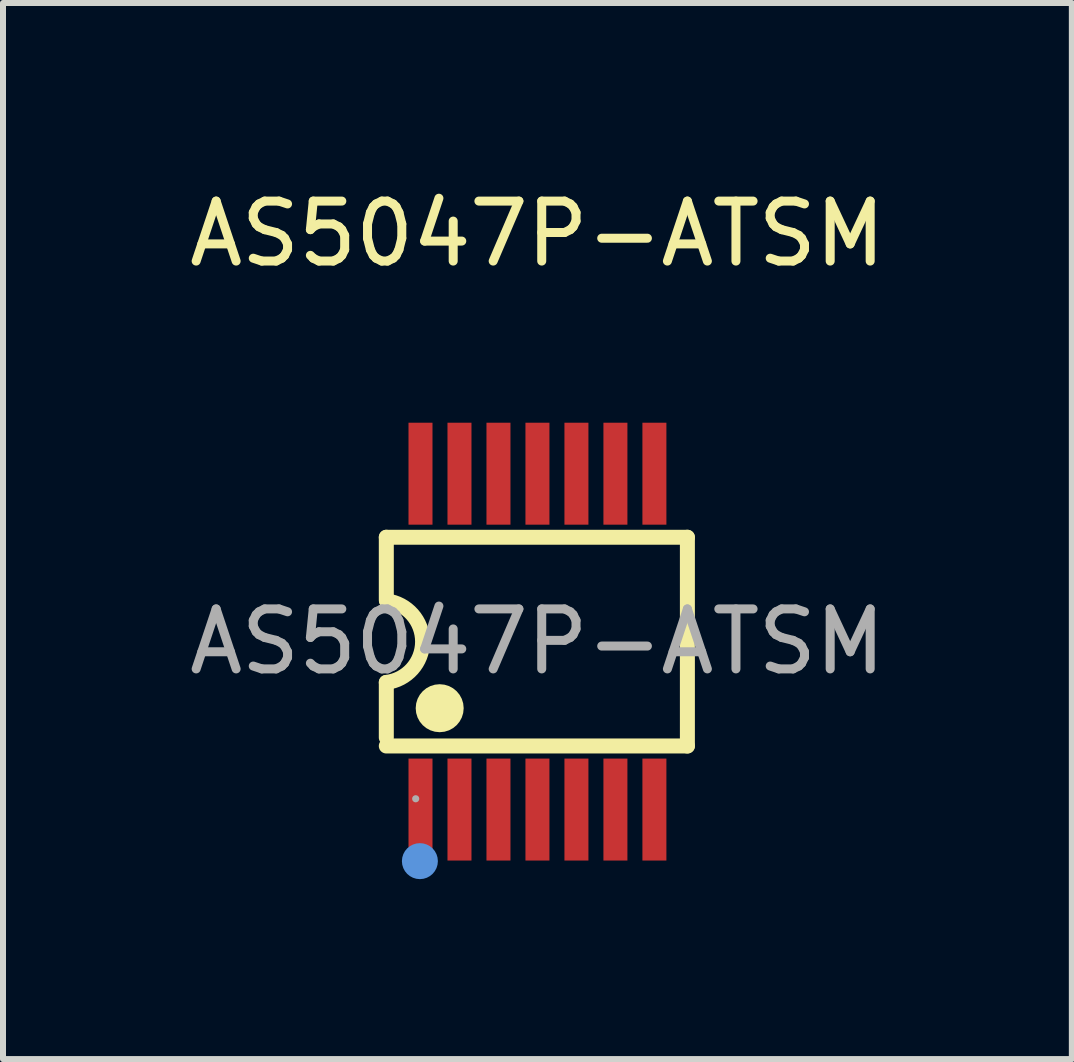
<source format=kicad_pcb>
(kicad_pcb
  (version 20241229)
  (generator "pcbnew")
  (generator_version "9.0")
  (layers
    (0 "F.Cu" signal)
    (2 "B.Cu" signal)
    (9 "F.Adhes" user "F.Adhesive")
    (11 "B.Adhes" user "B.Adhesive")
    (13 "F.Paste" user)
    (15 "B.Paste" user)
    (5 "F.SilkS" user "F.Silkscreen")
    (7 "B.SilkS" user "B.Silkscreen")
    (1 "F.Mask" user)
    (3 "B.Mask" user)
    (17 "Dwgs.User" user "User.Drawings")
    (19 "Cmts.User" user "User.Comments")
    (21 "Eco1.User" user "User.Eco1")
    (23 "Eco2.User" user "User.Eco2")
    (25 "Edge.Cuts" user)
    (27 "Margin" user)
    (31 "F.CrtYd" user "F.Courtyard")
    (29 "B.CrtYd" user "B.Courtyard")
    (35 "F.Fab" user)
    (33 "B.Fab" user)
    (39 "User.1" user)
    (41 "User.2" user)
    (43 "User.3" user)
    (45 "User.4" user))
  (footprint "AS5047P-ATSM"
    (layer "F.Cu")
    (at 5.911 7.648)
    (property "Reference" "AS5047P-ATSM" (at 0 -6.8 0) (layer "F.SilkS") (effects (font (size 1 1) (thickness 0.15))))
    (attr through_hole)
    (fp_line (start -2.52 -1.74) (end 2.5 -1.74) (stroke (width 0.25) (type solid)) (layer "F.SilkS"))
    (fp_line (start -2.52 -0.69) (end -2.52 -1.74) (stroke (width 0.25) (type solid)) (layer "F.SilkS"))
    (fp_line (start -2.52 1.6) (end -2.52 0.68) (stroke (width 0.25) (type solid)) (layer "F.SilkS"))
    (fp_line (start -2.52 1.74) (end 2.5 1.74) (stroke (width 0.25) (type solid)) (layer "F.SilkS"))
    (fp_line (start 2.5 -1.74) (end 2.5 1.74) (stroke (width 0.25) (type solid)) (layer "F.SilkS"))
    (fp_arc (start -2.515488 -0.679454) (mid -1.915314 0.002272) (end -2.52 0.68) (stroke (width 0.25) (type solid)) (layer "F.SilkS"))
    (fp_circle (center -1.63 1.11) (end -1.43 1.11) (stroke (width 0.4) (type solid)) (fill no) (layer "F.SilkS"))
    (fp_circle (center -1.96 3.66) (end -1.81 3.66) (stroke (width 0.3) (type solid)) (fill no) (layer "Cmts.User"))
    (fp_circle (center -2.03 2.62) (end -2 2.62) (stroke (width 0.06) (type solid)) (fill no) (layer "F.Fab"))
    (fp_text user "${REFERENCE}" (at 0 0 0) (layer "F.Fab") (effects (font (size 1 1) (thickness 0.15))))
    (pad "1" smd rect (at -1.95 2.8) (size 0.4 1.7) (layers "F.Cu" "F.Mask" "F.Paste"))
    (pad "2" smd rect (at -1.3 2.8) (size 0.4 1.7) (layers "F.Cu" "F.Mask" "F.Paste"))
    (pad "3" smd rect (at -0.65 2.8) (size 0.4 1.7) (layers "F.Cu" "F.Mask" "F.Paste"))
    (pad "4" smd rect (at 0 2.8) (size 0.4 1.7) (layers "F.Cu" "F.Mask" "F.Paste"))
    (pad "5" smd rect (at 0.65 2.8) (size 0.4 1.7) (layers "F.Cu" "F.Mask" "F.Paste"))
    (pad "6" smd rect (at 1.3 2.8) (size 0.4 1.7) (layers "F.Cu" "F.Mask" "F.Paste"))
    (pad "7" smd rect (at 1.95 2.8) (size 0.4 1.7) (layers "F.Cu" "F.Mask" "F.Paste"))
    (pad "8" smd rect (at 1.95 -2.8) (size 0.4 1.7) (layers "F.Cu" "F.Mask" "F.Paste"))
    (pad "9" smd rect (at 1.3 -2.8) (size 0.4 1.7) (layers "F.Cu" "F.Mask" "F.Paste"))
    (pad "10" smd rect (at 0.65 -2.8) (size 0.4 1.7) (layers "F.Cu" "F.Mask" "F.Paste"))
    (pad "11" smd rect (at 0 -2.8) (size 0.4 1.7) (layers "F.Cu" "F.Mask" "F.Paste"))
    (pad "12" smd rect (at -0.65 -2.8) (size 0.4 1.7) (layers "F.Cu" "F.Mask" "F.Paste"))
    (pad "13" smd rect (at -1.3 -2.8) (size 0.4 1.7) (layers "F.Cu" "F.Mask" "F.Paste"))
    (pad "14" smd rect (at -1.95 -2.8) (size 0.4 1.7) (layers "F.Cu" "F.Mask" "F.Paste")))
  (gr_rect
    (start -3 -3)
    (end 14.821 14.608)
    (stroke (width 0.1) (type default))
    (fill no)
    (layer "Edge.Cuts")))
</source>
